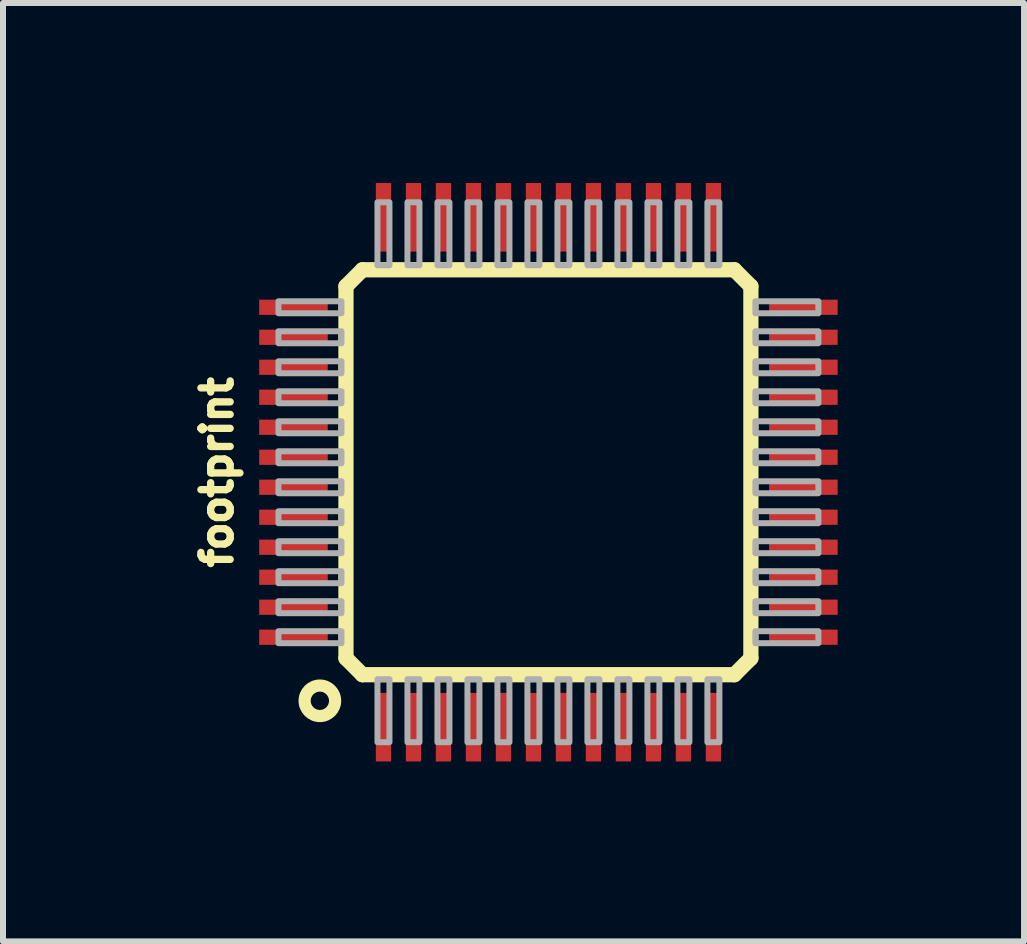
<source format=kicad_pcb>
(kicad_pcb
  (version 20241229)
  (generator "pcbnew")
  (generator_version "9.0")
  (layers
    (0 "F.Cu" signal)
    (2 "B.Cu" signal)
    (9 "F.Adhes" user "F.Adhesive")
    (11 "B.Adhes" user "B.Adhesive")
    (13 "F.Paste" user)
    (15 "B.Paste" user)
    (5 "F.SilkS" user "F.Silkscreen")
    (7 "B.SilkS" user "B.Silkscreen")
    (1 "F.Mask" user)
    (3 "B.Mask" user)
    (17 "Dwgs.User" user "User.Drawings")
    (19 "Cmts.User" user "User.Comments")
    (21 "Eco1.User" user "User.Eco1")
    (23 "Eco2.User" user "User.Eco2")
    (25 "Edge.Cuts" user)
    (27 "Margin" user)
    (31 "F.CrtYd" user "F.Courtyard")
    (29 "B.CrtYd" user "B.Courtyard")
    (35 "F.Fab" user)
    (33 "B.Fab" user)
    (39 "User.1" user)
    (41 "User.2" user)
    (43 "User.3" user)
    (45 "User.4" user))
  (footprint "footprint"
    (layer "F.Cu")
    (at 6.092 4.822)
    (property "Reference" "footprint" (at -5.239 0 90) (layer "F.SilkS") (effects (font (size 0.488 0.488) (thickness 0.122)) (justify bottom)))
    (fp_line (start -3.375 -3.1) (end -3.1 -3.375) (stroke (width 0.254) (type solid)) (layer "F.SilkS"))
    (fp_line (start -3.375 3.1) (end -3.375 -3.1) (stroke (width 0.254) (type solid)) (layer "F.SilkS"))
    (fp_line (start -3.1 -3.375) (end 3.1 -3.375) (stroke (width 0.254) (type solid)) (layer "F.SilkS"))
    (fp_line (start -3.1 3.375) (end -3.375 3.1) (stroke (width 0.254) (type solid)) (layer "F.SilkS"))
    (fp_line (start 3.1 -3.375) (end 3.375 -3.1) (stroke (width 0.254) (type solid)) (layer "F.SilkS"))
    (fp_line (start 3.1 3.375) (end -3.1 3.375) (stroke (width 0.254) (type solid)) (layer "F.SilkS"))
    (fp_line (start 3.375 -3.1) (end 3.375 3.1) (stroke (width 0.254) (type solid)) (layer "F.SilkS"))
    (fp_line (start 3.375 3.1) (end 3.1 3.375) (stroke (width 0.254) (type solid)) (layer "F.SilkS"))
    (fp_circle (center -3.81 3.81) (end -3.556 3.81) (stroke (width 0.203) (type solid)) (fill no) (layer "F.SilkS"))
    (fp_poly (pts (xy -4.5 -2.65) (xy -3.45 -2.65) (xy -3.45 -2.85) (xy -4.5 -2.85)) (stroke (width 0.1) (type solid)) (fill no) (layer "F.Fab"))
    (fp_poly (pts (xy -4.5 -2.15) (xy -3.45 -2.15) (xy -3.45 -2.35) (xy -4.5 -2.35)) (stroke (width 0.1) (type solid)) (fill no) (layer "F.Fab"))
    (fp_poly (pts (xy -4.5 -1.65) (xy -3.45 -1.65) (xy -3.45 -1.85) (xy -4.5 -1.85)) (stroke (width 0.1) (type solid)) (fill no) (layer "F.Fab"))
    (fp_poly (pts (xy -4.5 -1.15) (xy -3.45 -1.15) (xy -3.45 -1.35) (xy -4.5 -1.35)) (stroke (width 0.1) (type solid)) (fill no) (layer "F.Fab"))
    (fp_poly (pts (xy -4.5 -0.65) (xy -3.45 -0.65) (xy -3.45 -0.85) (xy -4.5 -0.85)) (stroke (width 0.1) (type solid)) (fill no) (layer "F.Fab"))
    (fp_poly (pts (xy -4.5 -0.15) (xy -3.45 -0.15) (xy -3.45 -0.35) (xy -4.5 -0.35)) (stroke (width 0.1) (type solid)) (fill no) (layer "F.Fab"))
    (fp_poly (pts (xy -4.5 0.35) (xy -3.45 0.35) (xy -3.45 0.15) (xy -4.5 0.15)) (stroke (width 0.1) (type solid)) (fill no) (layer "F.Fab"))
    (fp_poly (pts (xy -4.5 0.85) (xy -3.45 0.85) (xy -3.45 0.65) (xy -4.5 0.65)) (stroke (width 0.1) (type solid)) (fill no) (layer "F.Fab"))
    (fp_poly (pts (xy -4.5 1.35) (xy -3.45 1.35) (xy -3.45 1.15) (xy -4.5 1.15)) (stroke (width 0.1) (type solid)) (fill no) (layer "F.Fab"))
    (fp_poly (pts (xy -4.5 1.85) (xy -3.45 1.85) (xy -3.45 1.65) (xy -4.5 1.65)) (stroke (width 0.1) (type solid)) (fill no) (layer "F.Fab"))
    (fp_poly (pts (xy -4.5 2.35) (xy -3.45 2.35) (xy -3.45 2.15) (xy -4.5 2.15)) (stroke (width 0.1) (type solid)) (fill no) (layer "F.Fab"))
    (fp_poly (pts (xy -4.5 2.85) (xy -3.45 2.85) (xy -3.45 2.65) (xy -4.5 2.65)) (stroke (width 0.1) (type solid)) (fill no) (layer "F.Fab"))
    (fp_poly (pts (xy -2.85 -3.45) (xy -2.65 -3.45) (xy -2.65 -4.5) (xy -2.85 -4.5)) (stroke (width 0.1) (type solid)) (fill no) (layer "F.Fab"))
    (fp_poly (pts (xy -2.85 4.5) (xy -2.65 4.5) (xy -2.65 3.45) (xy -2.85 3.45)) (stroke (width 0.1) (type solid)) (fill no) (layer "F.Fab"))
    (fp_poly (pts (xy -2.35 -3.45) (xy -2.15 -3.45) (xy -2.15 -4.5) (xy -2.35 -4.5)) (stroke (width 0.1) (type solid)) (fill no) (layer "F.Fab"))
    (fp_poly (pts (xy -2.35 4.5) (xy -2.15 4.5) (xy -2.15 3.45) (xy -2.35 3.45)) (stroke (width 0.1) (type solid)) (fill no) (layer "F.Fab"))
    (fp_poly (pts (xy -1.85 -3.45) (xy -1.65 -3.45) (xy -1.65 -4.5) (xy -1.85 -4.5)) (stroke (width 0.1) (type solid)) (fill no) (layer "F.Fab"))
    (fp_poly (pts (xy -1.85 4.5) (xy -1.65 4.5) (xy -1.65 3.45) (xy -1.85 3.45)) (stroke (width 0.1) (type solid)) (fill no) (layer "F.Fab"))
    (fp_poly (pts (xy -1.35 -3.45) (xy -1.15 -3.45) (xy -1.15 -4.5) (xy -1.35 -4.5)) (stroke (width 0.1) (type solid)) (fill no) (layer "F.Fab"))
    (fp_poly (pts (xy -1.35 4.5) (xy -1.15 4.5) (xy -1.15 3.45) (xy -1.35 3.45)) (stroke (width 0.1) (type solid)) (fill no) (layer "F.Fab"))
    (fp_poly (pts (xy -0.85 -3.45) (xy -0.65 -3.45) (xy -0.65 -4.5) (xy -0.85 -4.5)) (stroke (width 0.1) (type solid)) (fill no) (layer "F.Fab"))
    (fp_poly (pts (xy -0.85 4.5) (xy -0.65 4.5) (xy -0.65 3.45) (xy -0.85 3.45)) (stroke (width 0.1) (type solid)) (fill no) (layer "F.Fab"))
    (fp_poly (pts (xy -0.35 -3.45) (xy -0.15 -3.45) (xy -0.15 -4.5) (xy -0.35 -4.5)) (stroke (width 0.1) (type solid)) (fill no) (layer "F.Fab"))
    (fp_poly (pts (xy -0.35 4.5) (xy -0.15 4.5) (xy -0.15 3.45) (xy -0.35 3.45)) (stroke (width 0.1) (type solid)) (fill no) (layer "F.Fab"))
    (fp_poly (pts (xy 0.15 -3.45) (xy 0.35 -3.45) (xy 0.35 -4.5) (xy 0.15 -4.5)) (stroke (width 0.1) (type solid)) (fill no) (layer "F.Fab"))
    (fp_poly (pts (xy 0.15 4.5) (xy 0.35 4.5) (xy 0.35 3.45) (xy 0.15 3.45)) (stroke (width 0.1) (type solid)) (fill no) (layer "F.Fab"))
    (fp_poly (pts (xy 0.65 -3.45) (xy 0.85 -3.45) (xy 0.85 -4.5) (xy 0.65 -4.5)) (stroke (width 0.1) (type solid)) (fill no) (layer "F.Fab"))
    (fp_poly (pts (xy 0.65 4.5) (xy 0.85 4.5) (xy 0.85 3.45) (xy 0.65 3.45)) (stroke (width 0.1) (type solid)) (fill no) (layer "F.Fab"))
    (fp_poly (pts (xy 1.15 -3.45) (xy 1.35 -3.45) (xy 1.35 -4.5) (xy 1.15 -4.5)) (stroke (width 0.1) (type solid)) (fill no) (layer "F.Fab"))
    (fp_poly (pts (xy 1.15 4.5) (xy 1.35 4.5) (xy 1.35 3.45) (xy 1.15 3.45)) (stroke (width 0.1) (type solid)) (fill no) (layer "F.Fab"))
    (fp_poly (pts (xy 1.65 -3.45) (xy 1.85 -3.45) (xy 1.85 -4.5) (xy 1.65 -4.5)) (stroke (width 0.1) (type solid)) (fill no) (layer "F.Fab"))
    (fp_poly (pts (xy 1.65 4.5) (xy 1.85 4.5) (xy 1.85 3.45) (xy 1.65 3.45)) (stroke (width 0.1) (type solid)) (fill no) (layer "F.Fab"))
    (fp_poly (pts (xy 2.15 -3.45) (xy 2.35 -3.45) (xy 2.35 -4.5) (xy 2.15 -4.5)) (stroke (width 0.1) (type solid)) (fill no) (layer "F.Fab"))
    (fp_poly (pts (xy 2.15 4.5) (xy 2.35 4.5) (xy 2.35 3.45) (xy 2.15 3.45)) (stroke (width 0.1) (type solid)) (fill no) (layer "F.Fab"))
    (fp_poly (pts (xy 2.65 -3.45) (xy 2.85 -3.45) (xy 2.85 -4.5) (xy 2.65 -4.5)) (stroke (width 0.1) (type solid)) (fill no) (layer "F.Fab"))
    (fp_poly (pts (xy 2.65 4.5) (xy 2.85 4.5) (xy 2.85 3.45) (xy 2.65 3.45)) (stroke (width 0.1) (type solid)) (fill no) (layer "F.Fab"))
    (fp_poly (pts (xy 3.45 -2.65) (xy 4.5 -2.65) (xy 4.5 -2.85) (xy 3.45 -2.85)) (stroke (width 0.1) (type solid)) (fill no) (layer "F.Fab"))
    (fp_poly (pts (xy 3.45 -2.15) (xy 4.5 -2.15) (xy 4.5 -2.35) (xy 3.45 -2.35)) (stroke (width 0.1) (type solid)) (fill no) (layer "F.Fab"))
    (fp_poly (pts (xy 3.45 -1.65) (xy 4.5 -1.65) (xy 4.5 -1.85) (xy 3.45 -1.85)) (stroke (width 0.1) (type solid)) (fill no) (layer "F.Fab"))
    (fp_poly (pts (xy 3.45 -1.15) (xy 4.5 -1.15) (xy 4.5 -1.35) (xy 3.45 -1.35)) (stroke (width 0.1) (type solid)) (fill no) (layer "F.Fab"))
    (fp_poly (pts (xy 3.45 -0.65) (xy 4.5 -0.65) (xy 4.5 -0.85) (xy 3.45 -0.85)) (stroke (width 0.1) (type solid)) (fill no) (layer "F.Fab"))
    (fp_poly (pts (xy 3.45 -0.15) (xy 4.5 -0.15) (xy 4.5 -0.35) (xy 3.45 -0.35)) (stroke (width 0.1) (type solid)) (fill no) (layer "F.Fab"))
    (fp_poly (pts (xy 3.45 0.35) (xy 4.5 0.35) (xy 4.5 0.15) (xy 3.45 0.15)) (stroke (width 0.1) (type solid)) (fill no) (layer "F.Fab"))
    (fp_poly (pts (xy 3.45 0.85) (xy 4.5 0.85) (xy 4.5 0.65) (xy 3.45 0.65)) (stroke (width 0.1) (type solid)) (fill no) (layer "F.Fab"))
    (fp_poly (pts (xy 3.45 1.35) (xy 4.5 1.35) (xy 4.5 1.15) (xy 3.45 1.15)) (stroke (width 0.1) (type solid)) (fill no) (layer "F.Fab"))
    (fp_poly (pts (xy 3.45 1.85) (xy 4.5 1.85) (xy 4.5 1.65) (xy 3.45 1.65)) (stroke (width 0.1) (type solid)) (fill no) (layer "F.Fab"))
    (fp_poly (pts (xy 3.45 2.35) (xy 4.5 2.35) (xy 4.5 2.15) (xy 3.45 2.15)) (stroke (width 0.1) (type solid)) (fill no) (layer "F.Fab"))
    (fp_poly (pts (xy 3.45 2.85) (xy 4.5 2.85) (xy 4.5 2.65) (xy 3.45 2.65)) (stroke (width 0.1) (type solid)) (fill no) (layer "F.Fab"))
    (pad "1" smd rect (at -2.75 4.25) (size 0.254 1.143) (layers "F.Cu" "F.Mask" "F.Paste"))
    (pad "2" smd rect (at -2.25 4.25) (size 0.254 1.143) (layers "F.Cu" "F.Mask" "F.Paste"))
    (pad "3" smd rect (at -1.75 4.25) (size 0.254 1.143) (layers "F.Cu" "F.Mask" "F.Paste"))
    (pad "4" smd rect (at -1.25 4.25) (size 0.254 1.143) (layers "F.Cu" "F.Mask" "F.Paste"))
    (pad "5" smd rect (at -0.75 4.25) (size 0.254 1.143) (layers "F.Cu" "F.Mask" "F.Paste"))
    (pad "6" smd rect (at -0.25 4.25) (size 0.254 1.143) (layers "F.Cu" "F.Mask" "F.Paste"))
    (pad "7" smd rect (at 0.25 4.25) (size 0.254 1.143) (layers "F.Cu" "F.Mask" "F.Paste"))
    (pad "8" smd rect (at 0.75 4.25) (size 0.254 1.143) (layers "F.Cu" "F.Mask" "F.Paste"))
    (pad "9" smd rect (at 1.25 4.25) (size 0.254 1.143) (layers "F.Cu" "F.Mask" "F.Paste"))
    (pad "10" smd rect (at 1.75 4.25) (size 0.254 1.143) (layers "F.Cu" "F.Mask" "F.Paste"))
    (pad "11" smd rect (at 2.25 4.25) (size 0.254 1.143) (layers "F.Cu" "F.Mask" "F.Paste"))
    (pad "12" smd rect (at 2.75 4.25) (size 0.254 1.143) (layers "F.Cu" "F.Mask" "F.Paste"))
    (pad "13" smd rect (at 4.25 2.75) (size 1.143 0.254) (layers "F.Cu" "F.Mask" "F.Paste"))
    (pad "14" smd rect (at 4.25 2.25) (size 1.143 0.254) (layers "F.Cu" "F.Mask" "F.Paste"))
    (pad "15" smd rect (at 4.25 1.75) (size 1.143 0.254) (layers "F.Cu" "F.Mask" "F.Paste"))
    (pad "16" smd rect (at 4.25 1.25) (size 1.143 0.254) (layers "F.Cu" "F.Mask" "F.Paste"))
    (pad "17" smd rect (at 4.25 0.75) (size 1.143 0.254) (layers "F.Cu" "F.Mask" "F.Paste"))
    (pad "18" smd rect (at 4.25 0.25) (size 1.143 0.254) (layers "F.Cu" "F.Mask" "F.Paste"))
    (pad "19" smd rect (at 4.25 -0.25) (size 1.143 0.254) (layers "F.Cu" "F.Mask" "F.Paste"))
    (pad "20" smd rect (at 4.25 -0.75) (size 1.143 0.254) (layers "F.Cu" "F.Mask" "F.Paste"))
    (pad "21" smd rect (at 4.25 -1.25) (size 1.143 0.254) (layers "F.Cu" "F.Mask" "F.Paste"))
    (pad "22" smd rect (at 4.25 -1.75) (size 1.143 0.254) (layers "F.Cu" "F.Mask" "F.Paste"))
    (pad "23" smd rect (at 4.25 -2.25) (size 1.143 0.254) (layers "F.Cu" "F.Mask" "F.Paste"))
    (pad "24" smd rect (at 4.25 -2.75) (size 1.143 0.254) (layers "F.Cu" "F.Mask" "F.Paste"))
    (pad "25" smd rect (at 2.75 -4.25) (size 0.254 1.143) (layers "F.Cu" "F.Mask" "F.Paste"))
    (pad "26" smd rect (at 2.25 -4.25) (size 0.254 1.143) (layers "F.Cu" "F.Mask" "F.Paste"))
    (pad "27" smd rect (at 1.75 -4.25) (size 0.254 1.143) (layers "F.Cu" "F.Mask" "F.Paste"))
    (pad "28" smd rect (at 1.25 -4.25) (size 0.254 1.143) (layers "F.Cu" "F.Mask" "F.Paste"))
    (pad "29" smd rect (at 0.75 -4.25) (size 0.254 1.143) (layers "F.Cu" "F.Mask" "F.Paste"))
    (pad "30" smd rect (at 0.25 -4.25) (size 0.254 1.143) (layers "F.Cu" "F.Mask" "F.Paste"))
    (pad "31" smd rect (at -0.25 -4.25) (size 0.254 1.143) (layers "F.Cu" "F.Mask" "F.Paste"))
    (pad "32" smd rect (at -0.75 -4.25) (size 0.254 1.143) (layers "F.Cu" "F.Mask" "F.Paste"))
    (pad "33" smd rect (at -1.25 -4.25) (size 0.254 1.143) (layers "F.Cu" "F.Mask" "F.Paste"))
    (pad "34" smd rect (at -1.75 -4.25) (size 0.254 1.143) (layers "F.Cu" "F.Mask" "F.Paste"))
    (pad "35" smd rect (at -2.25 -4.25) (size 0.254 1.143) (layers "F.Cu" "F.Mask" "F.Paste"))
    (pad "36" smd rect (at -2.75 -4.25) (size 0.254 1.143) (layers "F.Cu" "F.Mask" "F.Paste"))
    (pad "37" smd rect (at -4.25 -2.75) (size 1.143 0.254) (layers "F.Cu" "F.Mask" "F.Paste"))
    (pad "38" smd rect (at -4.25 -2.25) (size 1.143 0.254) (layers "F.Cu" "F.Mask" "F.Paste"))
    (pad "39" smd rect (at -4.25 -1.75) (size 1.143 0.254) (layers "F.Cu" "F.Mask" "F.Paste"))
    (pad "40" smd rect (at -4.25 -1.25) (size 1.143 0.254) (layers "F.Cu" "F.Mask" "F.Paste"))
    (pad "41" smd rect (at -4.25 -0.75) (size 1.143 0.254) (layers "F.Cu" "F.Mask" "F.Paste"))
    (pad "42" smd rect (at -4.25 -0.25) (size 1.143 0.254) (layers "F.Cu" "F.Mask" "F.Paste"))
    (pad "43" smd rect (at -4.25 0.25) (size 1.143 0.254) (layers "F.Cu" "F.Mask" "F.Paste"))
    (pad "44" smd rect (at -4.25 0.75) (size 1.143 0.254) (layers "F.Cu" "F.Mask" "F.Paste"))
    (pad "45" smd rect (at -4.25 1.25) (size 1.143 0.254) (layers "F.Cu" "F.Mask" "F.Paste"))
    (pad "46" smd rect (at -4.25 1.75) (size 1.143 0.254) (layers "F.Cu" "F.Mask" "F.Paste"))
    (pad "47" smd rect (at -4.25 2.25) (size 1.143 0.254) (layers "F.Cu" "F.Mask" "F.Paste"))
    (pad "48" smd rect (at -4.25 2.75) (size 1.143 0.254) (layers "F.Cu" "F.Mask" "F.Paste"))
    (zone (net_name "") (layer "F.Cu") (hatch edge 0.508) (connect_pads) (min_thickness 0.254) (filled_areas_thickness no) (keepout (tracks not_allowed) (vias not_allowed) (pads not_allowed) (copperpour not_allowed) (footprints allowed)) (placement (enabled no)) (fill) (polygon (pts (xy 1.165 3.856) (xy 2.536 3.856) (xy 2.536 3.805) (xy 1.165 3.805))))
    (zone (net_name "") (layer "F.Cu") (hatch edge 0.508) (connect_pads) (min_thickness 0.254) (filled_areas_thickness no) (keepout (tracks not_allowed) (vias not_allowed) (pads not_allowed) (copperpour not_allowed) (footprints allowed)) (placement (enabled no)) (fill) (polygon (pts (xy 9.674 3.348) (xy 11.02 3.348) (xy 11.02 3.297) (xy 9.674 3.297))))
    (zone (net_name "") (layer "F.Cu") (hatch edge 0.508) (connect_pads) (min_thickness 0.254) (filled_areas_thickness no) (keepout (tracks not_allowed) (vias not_allowed) (pads not_allowed) (copperpour not_allowed) (footprints allowed)) (placement (enabled no)) (fill) (polygon (pts (xy 9.674 3.856) (xy 11.02 3.856) (xy 11.02 3.805) (xy 9.674 3.805)))))
  (gr_rect
    (start -3 -3)
    (end 14.02 12.643)
    (stroke (width 0.1) (type default))
    (fill no)
    (layer "Edge.Cuts")))
</source>
